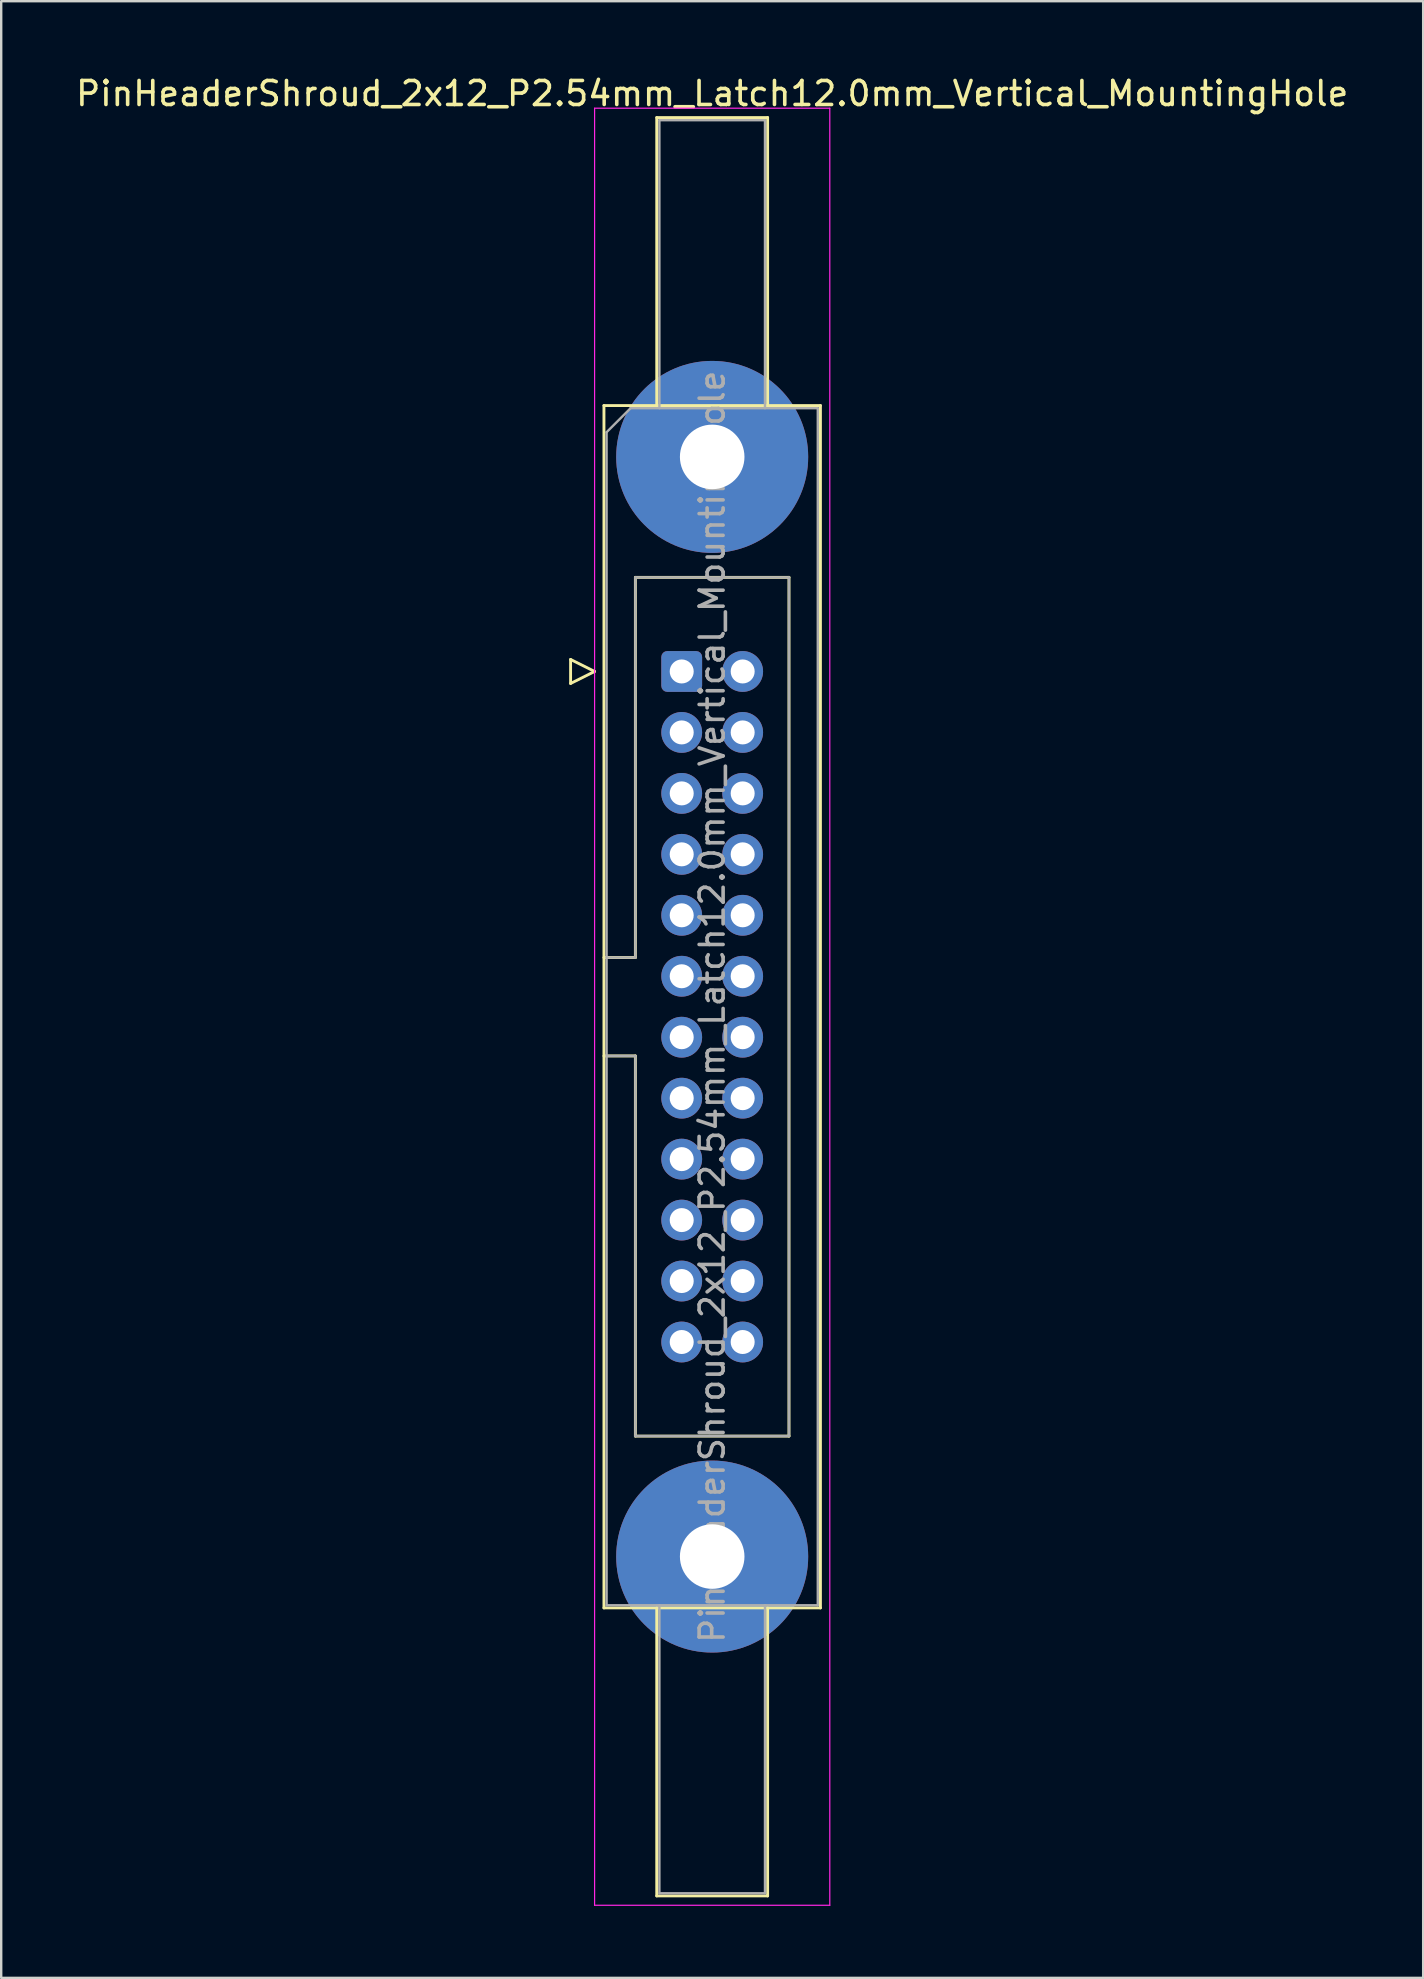
<source format=kicad_pcb>
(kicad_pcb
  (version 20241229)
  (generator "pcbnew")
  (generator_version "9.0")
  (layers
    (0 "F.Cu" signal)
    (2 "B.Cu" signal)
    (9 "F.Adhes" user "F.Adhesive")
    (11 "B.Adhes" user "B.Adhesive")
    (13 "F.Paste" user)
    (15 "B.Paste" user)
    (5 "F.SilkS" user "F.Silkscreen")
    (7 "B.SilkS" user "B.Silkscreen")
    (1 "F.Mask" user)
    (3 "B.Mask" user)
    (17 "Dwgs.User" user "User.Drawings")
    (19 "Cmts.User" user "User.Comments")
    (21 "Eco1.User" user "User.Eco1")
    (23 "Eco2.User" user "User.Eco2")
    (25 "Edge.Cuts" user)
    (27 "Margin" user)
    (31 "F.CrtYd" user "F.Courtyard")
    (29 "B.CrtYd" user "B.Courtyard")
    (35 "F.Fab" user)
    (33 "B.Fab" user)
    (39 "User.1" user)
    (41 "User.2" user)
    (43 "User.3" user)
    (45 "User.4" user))
  (footprint "PinHeaderShroud_2x12_P2.54mm_Latch12.0mm_Vertical_MountingHole"
    (layer "F.Cu")
    (at 25.355 24.928)
    (property "Reference" "PinHeaderShroud_2x12_P2.54mm_Latch12.0mm_Vertical_MountingHole" (at 1.27 -24.08 0) (layer "F.SilkS") (effects (font (size 1 1) (thickness 0.15))))
    (attr through_hole)
    (fp_line (start -4.63 -0.5) (end -4.63 0.5) (stroke (width 0.12) (type solid)) (layer "F.SilkS"))
    (fp_line (start -4.63 0.5) (end -3.63 0) (stroke (width 0.12) (type solid)) (layer "F.SilkS"))
    (fp_line (start -3.63 0) (end -4.63 -0.5) (stroke (width 0.12) (type solid)) (layer "F.SilkS"))
    (fp_line (start -3.24 -11.08) (end 5.78 -11.08) (stroke (width 0.12) (type solid)) (layer "F.SilkS"))
    (fp_line (start -3.24 11.92) (end -1.93 11.92) (stroke (width 0.12) (type solid)) (layer "F.SilkS"))
    (fp_line (start -3.24 16.02) (end -1.93 16.02) (stroke (width 0.12) (type solid)) (layer "F.SilkS"))
    (fp_line (start -3.24 39.02) (end -3.24 -11.08) (stroke (width 0.12) (type solid)) (layer "F.SilkS"))
    (fp_line (start -1.93 -3.92) (end 4.47 -3.92) (stroke (width 0.12) (type solid)) (layer "F.SilkS"))
    (fp_line (start -1.93 11.92) (end -1.93 -3.92) (stroke (width 0.12) (type solid)) (layer "F.SilkS"))
    (fp_line (start -1.93 31.86) (end -1.93 16.02) (stroke (width 0.12) (type solid)) (layer "F.SilkS"))
    (fp_line (start -1.04 -23.08) (end 3.58 -23.08) (stroke (width 0.12) (type solid)) (layer "F.SilkS"))
    (fp_line (start -1.04 -11.08) (end -1.04 -23.08) (stroke (width 0.12) (type solid)) (layer "F.SilkS"))
    (fp_line (start -1.04 39.02) (end -1.04 51.02) (stroke (width 0.12) (type solid)) (layer "F.SilkS"))
    (fp_line (start -1.04 51.02) (end 3.58 51.02) (stroke (width 0.12) (type solid)) (layer "F.SilkS"))
    (fp_line (start 3.58 -23.08) (end 3.58 -11.08) (stroke (width 0.12) (type solid)) (layer "F.SilkS"))
    (fp_line (start 3.58 51.02) (end 3.58 39.02) (stroke (width 0.12) (type solid)) (layer "F.SilkS"))
    (fp_line (start 4.47 -3.92) (end 4.47 31.86) (stroke (width 0.12) (type solid)) (layer "F.SilkS"))
    (fp_line (start 4.47 31.86) (end -1.93 31.86) (stroke (width 0.12) (type solid)) (layer "F.SilkS"))
    (fp_line (start 5.78 -11.08) (end 5.78 39.02) (stroke (width 0.12) (type solid)) (layer "F.SilkS"))
    (fp_line (start 5.78 39.02) (end -3.24 39.02) (stroke (width 0.12) (type solid)) (layer "F.SilkS"))
    (fp_line (start -3.63 -23.47) (end -3.63 51.41) (stroke (width 0.05) (type solid)) (layer "F.CrtYd"))
    (fp_line (start -3.63 51.41) (end 6.17 51.41) (stroke (width 0.05) (type solid)) (layer "F.CrtYd"))
    (fp_line (start 6.17 -23.47) (end -3.63 -23.47) (stroke (width 0.05) (type solid)) (layer "F.CrtYd"))
    (fp_line (start 6.17 51.41) (end 6.17 -23.47) (stroke (width 0.05) (type solid)) (layer "F.CrtYd"))
    (fp_line (start -3.13 -9.97) (end -2.13 -10.97) (stroke (width 0.1) (type solid)) (layer "F.Fab"))
    (fp_line (start -3.13 11.92) (end -1.93 11.92) (stroke (width 0.1) (type solid)) (layer "F.Fab"))
    (fp_line (start -3.13 16.02) (end -1.93 16.02) (stroke (width 0.1) (type solid)) (layer "F.Fab"))
    (fp_line (start -3.13 38.91) (end -3.13 -9.97) (stroke (width 0.1) (type solid)) (layer "F.Fab"))
    (fp_line (start -2.13 -10.97) (end 5.67 -10.97) (stroke (width 0.1) (type solid)) (layer "F.Fab"))
    (fp_line (start -1.93 -3.92) (end 4.47 -3.92) (stroke (width 0.1) (type solid)) (layer "F.Fab"))
    (fp_line (start -1.93 11.92) (end -1.93 -3.92) (stroke (width 0.1) (type solid)) (layer "F.Fab"))
    (fp_line (start -1.93 31.86) (end -1.93 16.02) (stroke (width 0.1) (type solid)) (layer "F.Fab"))
    (fp_line (start -0.93 -22.97) (end 3.47 -22.97) (stroke (width 0.1) (type solid)) (layer "F.Fab"))
    (fp_line (start -0.93 -10.97) (end -0.93 -22.97) (stroke (width 0.1) (type solid)) (layer "F.Fab"))
    (fp_line (start -0.93 38.91) (end -0.93 50.91) (stroke (width 0.1) (type solid)) (layer "F.Fab"))
    (fp_line (start -0.93 50.91) (end 3.47 50.91) (stroke (width 0.1) (type solid)) (layer "F.Fab"))
    (fp_line (start 3.47 -22.97) (end 3.47 -10.97) (stroke (width 0.1) (type solid)) (layer "F.Fab"))
    (fp_line (start 3.47 50.91) (end 3.47 38.91) (stroke (width 0.1) (type solid)) (layer "F.Fab"))
    (fp_line (start 4.47 -3.92) (end 4.47 31.86) (stroke (width 0.1) (type solid)) (layer "F.Fab"))
    (fp_line (start 4.47 31.86) (end -1.93 31.86) (stroke (width 0.1) (type solid)) (layer "F.Fab"))
    (fp_line (start 5.67 -10.97) (end 5.67 38.91) (stroke (width 0.1) (type solid)) (layer "F.Fab"))
    (fp_line (start 5.67 38.91) (end -3.13 38.91) (stroke (width 0.1) (type solid)) (layer "F.Fab"))
    (fp_text user "${REFERENCE}" (at 1.27 13.97 90) (layer "F.Fab") (effects (font (size 1 1) (thickness 0.15))))
    (pad "" thru_hole circle (at 1.27 -8.94) (size 8 8) (drill 2.69) (layers "*.Cu" "*.Mask"))
    (pad "" thru_hole circle (at 1.27 36.88) (size 8 8) (drill 2.69) (layers "*.Cu" "*.Mask"))
    (pad "1" thru_hole roundrect (at 0 0) (size 1.7 1.7) (drill 1) (layers "*.Cu" "*.Mask") (roundrect_rratio 0.147))
    (pad "2" thru_hole circle (at 2.54 0) (size 1.7 1.7) (drill 1) (layers "*.Cu" "*.Mask"))
    (pad "3" thru_hole circle (at 0 2.54) (size 1.7 1.7) (drill 1) (layers "*.Cu" "*.Mask"))
    (pad "4" thru_hole circle (at 2.54 2.54) (size 1.7 1.7) (drill 1) (layers "*.Cu" "*.Mask"))
    (pad "5" thru_hole circle (at 0 5.08) (size 1.7 1.7) (drill 1) (layers "*.Cu" "*.Mask"))
    (pad "6" thru_hole circle (at 2.54 5.08) (size 1.7 1.7) (drill 1) (layers "*.Cu" "*.Mask"))
    (pad "7" thru_hole circle (at 0 7.62) (size 1.7 1.7) (drill 1) (layers "*.Cu" "*.Mask"))
    (pad "8" thru_hole circle (at 2.54 7.62) (size 1.7 1.7) (drill 1) (layers "*.Cu" "*.Mask"))
    (pad "9" thru_hole circle (at 0 10.16) (size 1.7 1.7) (drill 1) (layers "*.Cu" "*.Mask"))
    (pad "10" thru_hole circle (at 2.54 10.16) (size 1.7 1.7) (drill 1) (layers "*.Cu" "*.Mask"))
    (pad "11" thru_hole circle (at 0 12.7) (size 1.7 1.7) (drill 1) (layers "*.Cu" "*.Mask"))
    (pad "12" thru_hole circle (at 2.54 12.7) (size 1.7 1.7) (drill 1) (layers "*.Cu" "*.Mask"))
    (pad "13" thru_hole circle (at 0 15.24) (size 1.7 1.7) (drill 1) (layers "*.Cu" "*.Mask"))
    (pad "14" thru_hole circle (at 2.54 15.24) (size 1.7 1.7) (drill 1) (layers "*.Cu" "*.Mask"))
    (pad "15" thru_hole circle (at 0 17.78) (size 1.7 1.7) (drill 1) (layers "*.Cu" "*.Mask"))
    (pad "16" thru_hole circle (at 2.54 17.78) (size 1.7 1.7) (drill 1) (layers "*.Cu" "*.Mask"))
    (pad "17" thru_hole circle (at 0 20.32) (size 1.7 1.7) (drill 1) (layers "*.Cu" "*.Mask"))
    (pad "18" thru_hole circle (at 2.54 20.32) (size 1.7 1.7) (drill 1) (layers "*.Cu" "*.Mask"))
    (pad "19" thru_hole circle (at 0 22.86) (size 1.7 1.7) (drill 1) (layers "*.Cu" "*.Mask"))
    (pad "20" thru_hole circle (at 2.54 22.86) (size 1.7 1.7) (drill 1) (layers "*.Cu" "*.Mask"))
    (pad "21" thru_hole circle (at 0 25.4) (size 1.7 1.7) (drill 1) (layers "*.Cu" "*.Mask"))
    (pad "22" thru_hole circle (at 2.54 25.4) (size 1.7 1.7) (drill 1) (layers "*.Cu" "*.Mask"))
    (pad "23" thru_hole circle (at 0 27.94) (size 1.7 1.7) (drill 1) (layers "*.Cu" "*.Mask"))
    (pad "24" thru_hole circle (at 2.54 27.94) (size 1.7 1.7) (drill 1) (layers "*.Cu" "*.Mask")))
  (gr_rect
    (start -3 -3)
    (end 56.25 79.363)
    (stroke (width 0.1) (type default))
    (fill no)
    (layer "Edge.Cuts")))
</source>
